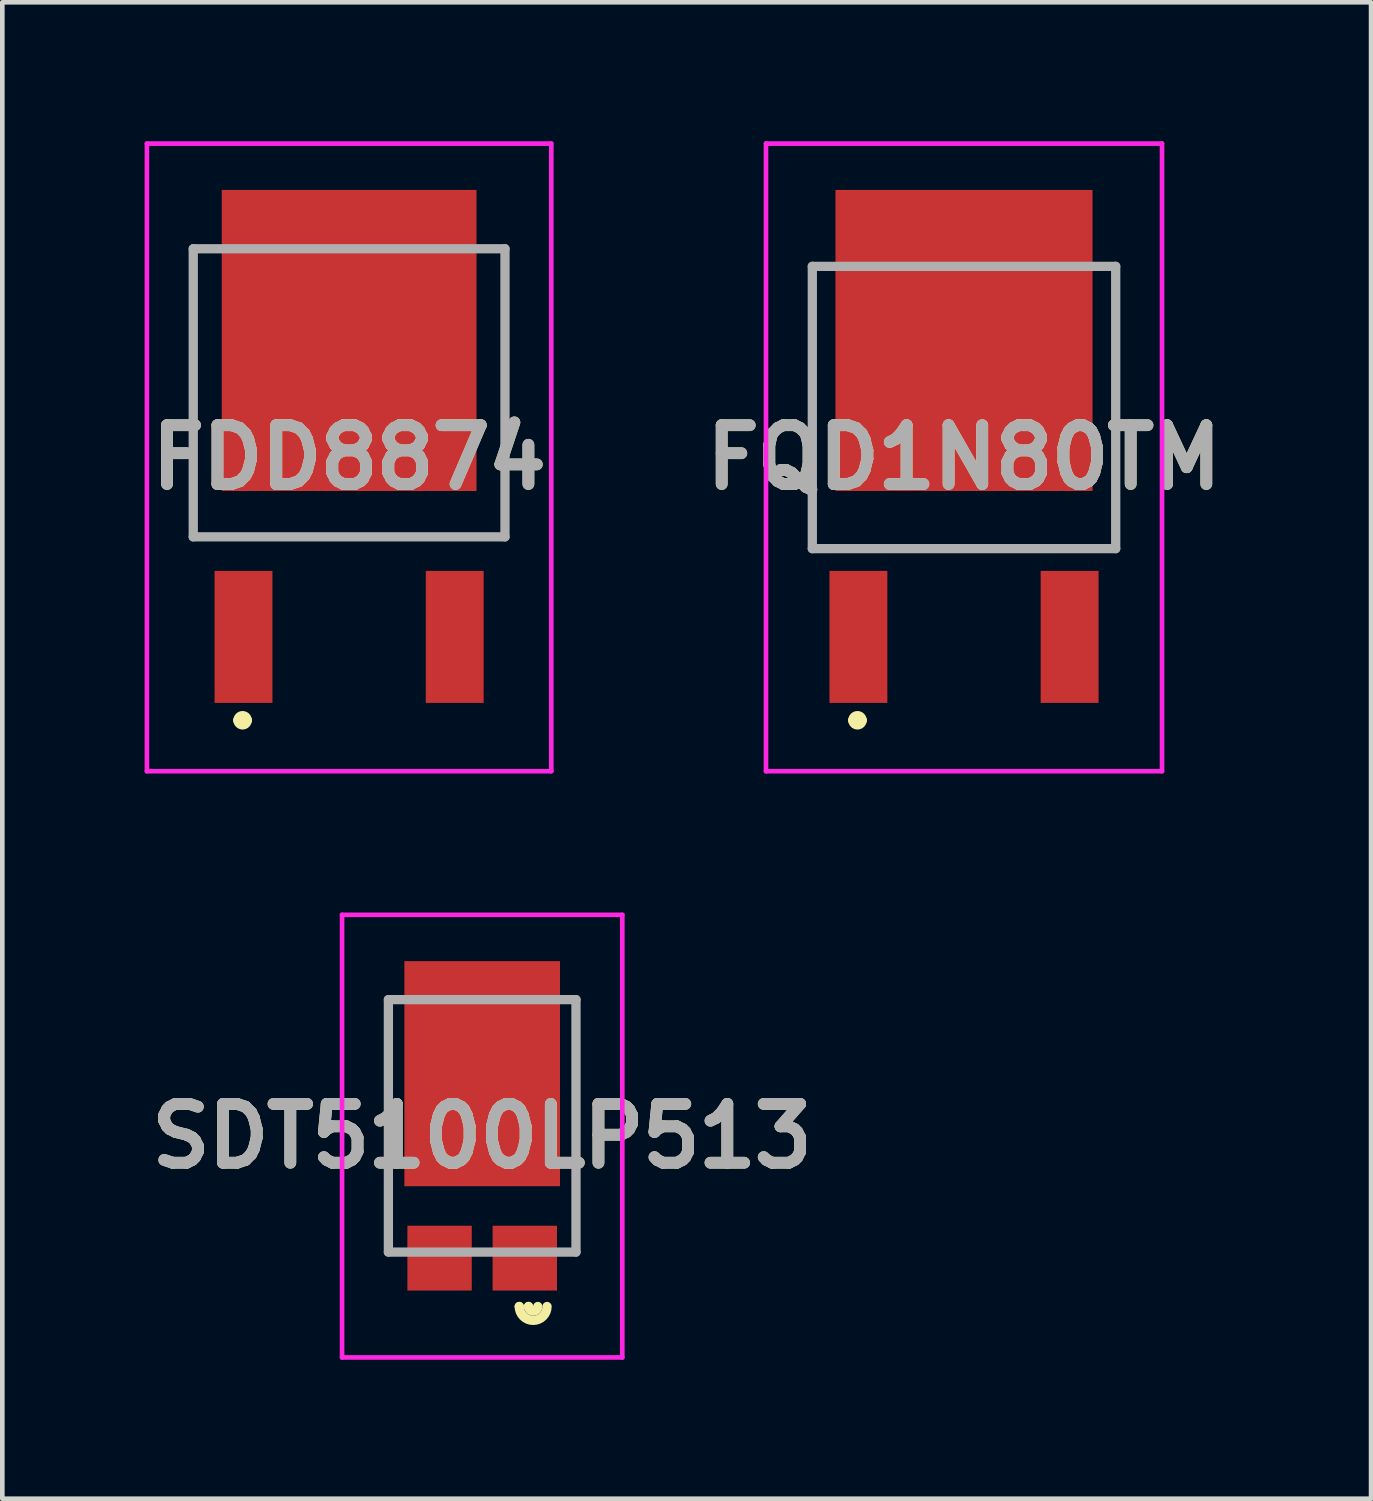
<source format=kicad_pcb>
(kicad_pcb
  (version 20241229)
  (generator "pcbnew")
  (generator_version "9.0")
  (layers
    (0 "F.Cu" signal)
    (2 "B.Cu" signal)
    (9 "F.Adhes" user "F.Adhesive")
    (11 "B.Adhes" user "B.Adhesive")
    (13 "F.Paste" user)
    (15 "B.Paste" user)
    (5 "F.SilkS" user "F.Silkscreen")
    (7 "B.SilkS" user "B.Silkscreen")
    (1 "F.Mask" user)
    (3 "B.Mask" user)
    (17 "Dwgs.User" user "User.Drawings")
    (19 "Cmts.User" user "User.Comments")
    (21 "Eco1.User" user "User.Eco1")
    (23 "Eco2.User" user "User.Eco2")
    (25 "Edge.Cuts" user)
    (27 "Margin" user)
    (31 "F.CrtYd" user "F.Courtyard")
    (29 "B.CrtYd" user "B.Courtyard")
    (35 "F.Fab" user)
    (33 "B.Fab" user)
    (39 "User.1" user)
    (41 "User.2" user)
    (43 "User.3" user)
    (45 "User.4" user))
  (footprint "FDD8874"
    (layer "F.Cu")
    (at 4.487 7.46)
    (property "Reference" "FDD8874" (at 0 -0.635 0) (layer "F.SilkS") (effects (font (size 1.27 1.27) (thickness 0.254))))
    (attr smd)
    (fp_line (start -3.365 -5.14) (end -3.365 1.08) (stroke (width 0.1) (type solid)) (layer "F.SilkS"))
    (fp_line (start -3.365 1.08) (end 3.365 1.08) (stroke (width 0.1) (type solid)) (layer "F.SilkS"))
    (fp_line (start -2.4 5.04) (end -2.4 5.04) (stroke (width 0.2) (type solid)) (layer "F.SilkS"))
    (fp_line (start -2.2 5.04) (end -2.2 5.04) (stroke (width 0.2) (type solid)) (layer "F.SilkS"))
    (fp_line (start 3.365 1.08) (end 3.365 -5.14) (stroke (width 0.1) (type solid)) (layer "F.SilkS"))
    (fp_arc (start -2.4 5.04) (mid -2.3 4.94) (end -2.2 5.04) (stroke (width 0.2) (type solid)) (layer "F.SilkS"))
    (fp_arc (start -2.2 5.04) (mid -2.3 5.14) (end -2.4 5.04) (stroke (width 0.2) (type solid)) (layer "F.SilkS"))
    (fp_line (start -4.365 -7.41) (end 4.365 -7.41) (stroke (width 0.1) (type solid)) (layer "F.CrtYd"))
    (fp_line (start -4.365 6.14) (end -4.365 -7.41) (stroke (width 0.1) (type solid)) (layer "F.CrtYd"))
    (fp_line (start 4.365 -7.41) (end 4.365 6.14) (stroke (width 0.1) (type solid)) (layer "F.CrtYd"))
    (fp_line (start 4.365 6.14) (end -4.365 6.14) (stroke (width 0.1) (type solid)) (layer "F.CrtYd"))
    (fp_line (start -3.365 -5.14) (end 3.365 -5.14) (stroke (width 0.2) (type solid)) (layer "F.Fab"))
    (fp_line (start -3.365 1.08) (end -3.365 -5.14) (stroke (width 0.2) (type solid)) (layer "F.Fab"))
    (fp_line (start 3.365 -5.14) (end 3.365 1.08) (stroke (width 0.2) (type solid)) (layer "F.Fab"))
    (fp_line (start 3.365 1.08) (end -3.365 1.08) (stroke (width 0.2) (type solid)) (layer "F.Fab"))
    (fp_text user "${REFERENCE}" (at 0 -0.635 0) (layer "F.Fab") (effects (font (size 1.27 1.27) (thickness 0.254))))
    (pad "1" smd rect (at -2.28 3.24) (size 1.25 2.85) (layers "F.Cu" "F.Mask" "F.Paste"))
    (pad "2" smd rect (at 0 -3.16) (size 5.5 6.5) (layers "F.Cu" "F.Mask" "F.Paste"))
    (pad "3" smd rect (at 2.28 3.24) (size 1.25 2.85) (layers "F.Cu" "F.Mask" "F.Paste")))
  (footprint "FQD1N80TM"
    (layer "F.Cu")
    (at 17.762 6.825)
    (property "Reference" "FQD1N80TM" (at 0 0 0) (layer "F.SilkS") (effects (font (size 1.27 1.27) (thickness 0.254))))
    (attr smd)
    (fp_line (start -3.275 -4.125) (end -3.275 1.97) (stroke (width 0.1) (type solid)) (layer "F.SilkS"))
    (fp_line (start -3.275 1.97) (end 3.275 1.97) (stroke (width 0.1) (type solid)) (layer "F.SilkS"))
    (fp_line (start -2.4 5.675) (end -2.4 5.675) (stroke (width 0.2) (type solid)) (layer "F.SilkS"))
    (fp_line (start -2.2 5.675) (end -2.2 5.675) (stroke (width 0.2) (type solid)) (layer "F.SilkS"))
    (fp_line (start 3.275 1.97) (end 3.275 -4.158) (stroke (width 0.1) (type solid)) (layer "F.SilkS"))
    (fp_arc (start -2.4 5.675) (mid -2.3 5.575) (end -2.2 5.675) (stroke (width 0.2) (type solid)) (layer "F.SilkS"))
    (fp_arc (start -2.2 5.675) (mid -2.3 5.775) (end -2.4 5.675) (stroke (width 0.2) (type solid)) (layer "F.SilkS"))
    (fp_line (start -4.275 -6.775) (end 4.275 -6.775) (stroke (width 0.1) (type solid)) (layer "F.CrtYd"))
    (fp_line (start -4.275 6.775) (end -4.275 -6.775) (stroke (width 0.1) (type solid)) (layer "F.CrtYd"))
    (fp_line (start 4.275 -6.775) (end 4.275 6.775) (stroke (width 0.1) (type solid)) (layer "F.CrtYd"))
    (fp_line (start 4.275 6.775) (end -4.275 6.775) (stroke (width 0.1) (type solid)) (layer "F.CrtYd"))
    (fp_line (start -3.275 -4.125) (end 3.275 -4.125) (stroke (width 0.2) (type solid)) (layer "F.Fab"))
    (fp_line (start -3.275 1.97) (end -3.275 -4.125) (stroke (width 0.2) (type solid)) (layer "F.Fab"))
    (fp_line (start 3.275 -4.125) (end 3.275 1.97) (stroke (width 0.2) (type solid)) (layer "F.Fab"))
    (fp_line (start 3.275 1.97) (end -3.275 1.97) (stroke (width 0.2) (type solid)) (layer "F.Fab"))
    (fp_text user "${REFERENCE}" (at 0 0 0) (layer "F.Fab") (effects (font (size 1.27 1.27) (thickness 0.254))))
    (pad "1" smd rect (at -2.28 3.875) (size 1.25 2.85) (layers "F.Cu" "F.Mask" "F.Paste"))
    (pad "2" smd rect (at 0 -2.525) (size 5.55 6.5) (layers "F.Cu" "F.Mask" "F.Paste"))
    (pad "3" smd rect (at 2.28 3.875) (size 1.25 2.85) (layers "F.Cu" "F.Mask" "F.Paste")))
  (footprint "SDT5100LP513"
    (layer "F.Cu")
    (at 7.36 21.256)
    (property "Reference" "SDT5100LP513" (at 0 0.222 0) (layer "F.SilkS") (effects (font (size 1.27 1.27) (thickness 0.254))))
    (attr smd)
    (fp_line (start -2.025 -2.725) (end -2.025 2.725) (stroke (width 0.1) (type solid)) (layer "F.SilkS"))
    (fp_line (start 0.8 3.9) (end 0.8 3.9) (stroke (width 0.2) (type solid)) (layer "F.SilkS"))
    (fp_line (start 1 3.9) (end 1 3.9) (stroke (width 0.2) (type solid)) (layer "F.SilkS"))
    (fp_line (start 2.025 -2.725) (end 2.025 2.725) (stroke (width 0.1) (type solid)) (layer "F.SilkS"))
    (fp_arc (start 1.2 3.9) (mid 1.1 4) (end 1 3.9) (stroke (width 0.2) (type solid)) (layer "F.SilkS"))
    (fp_arc (start 1.4 3.9) (mid 1.1 4.2) (end 0.8 3.9) (stroke (width 0.2) (type solid)) (layer "F.SilkS"))
    (fp_line (start -3.025 -4.556) (end -3.025 5) (stroke (width 0.1) (type solid)) (layer "F.CrtYd"))
    (fp_line (start -3.025 5) (end 3.025 5) (stroke (width 0.1) (type solid)) (layer "F.CrtYd"))
    (fp_line (start 3.025 -4.556) (end -3.025 -4.556) (stroke (width 0.1) (type solid)) (layer "F.CrtYd"))
    (fp_line (start 3.025 5) (end 3.025 -4.556) (stroke (width 0.1) (type solid)) (layer "F.CrtYd"))
    (fp_line (start -2.025 -2.725) (end -2.025 2.725) (stroke (width 0.2) (type solid)) (layer "F.Fab"))
    (fp_line (start -2.025 2.725) (end 2.025 2.725) (stroke (width 0.2) (type solid)) (layer "F.Fab"))
    (fp_line (start 2.025 -2.725) (end -2.025 -2.725) (stroke (width 0.2) (type solid)) (layer "F.Fab"))
    (fp_line (start 2.025 2.725) (end 2.025 -2.725) (stroke (width 0.2) (type solid)) (layer "F.Fab"))
    (fp_text user "${REFERENCE}" (at 0 0.222 0) (layer "F.Fab") (effects (font (size 1.27 1.27) (thickness 0.254))))
    (pad "1" smd rect (at 0.92 2.856) (size 1.39 1.4) (layers "F.Cu" "F.Mask" "F.Paste"))
    (pad "2" smd rect (at -0.92 2.856) (size 1.39 1.4) (layers "F.Cu" "F.Mask" "F.Paste"))
    (pad "3" smd rect (at 0 -1.126) (size 3.36 4.86) (layers "F.Cu" "F.Mask" "F.Paste")))
  (gr_rect
    (start -3 -3)
    (end 26.55 29.306)
    (stroke (width 0.1) (type default))
    (fill no)
    (layer "Edge.Cuts")))
</source>
